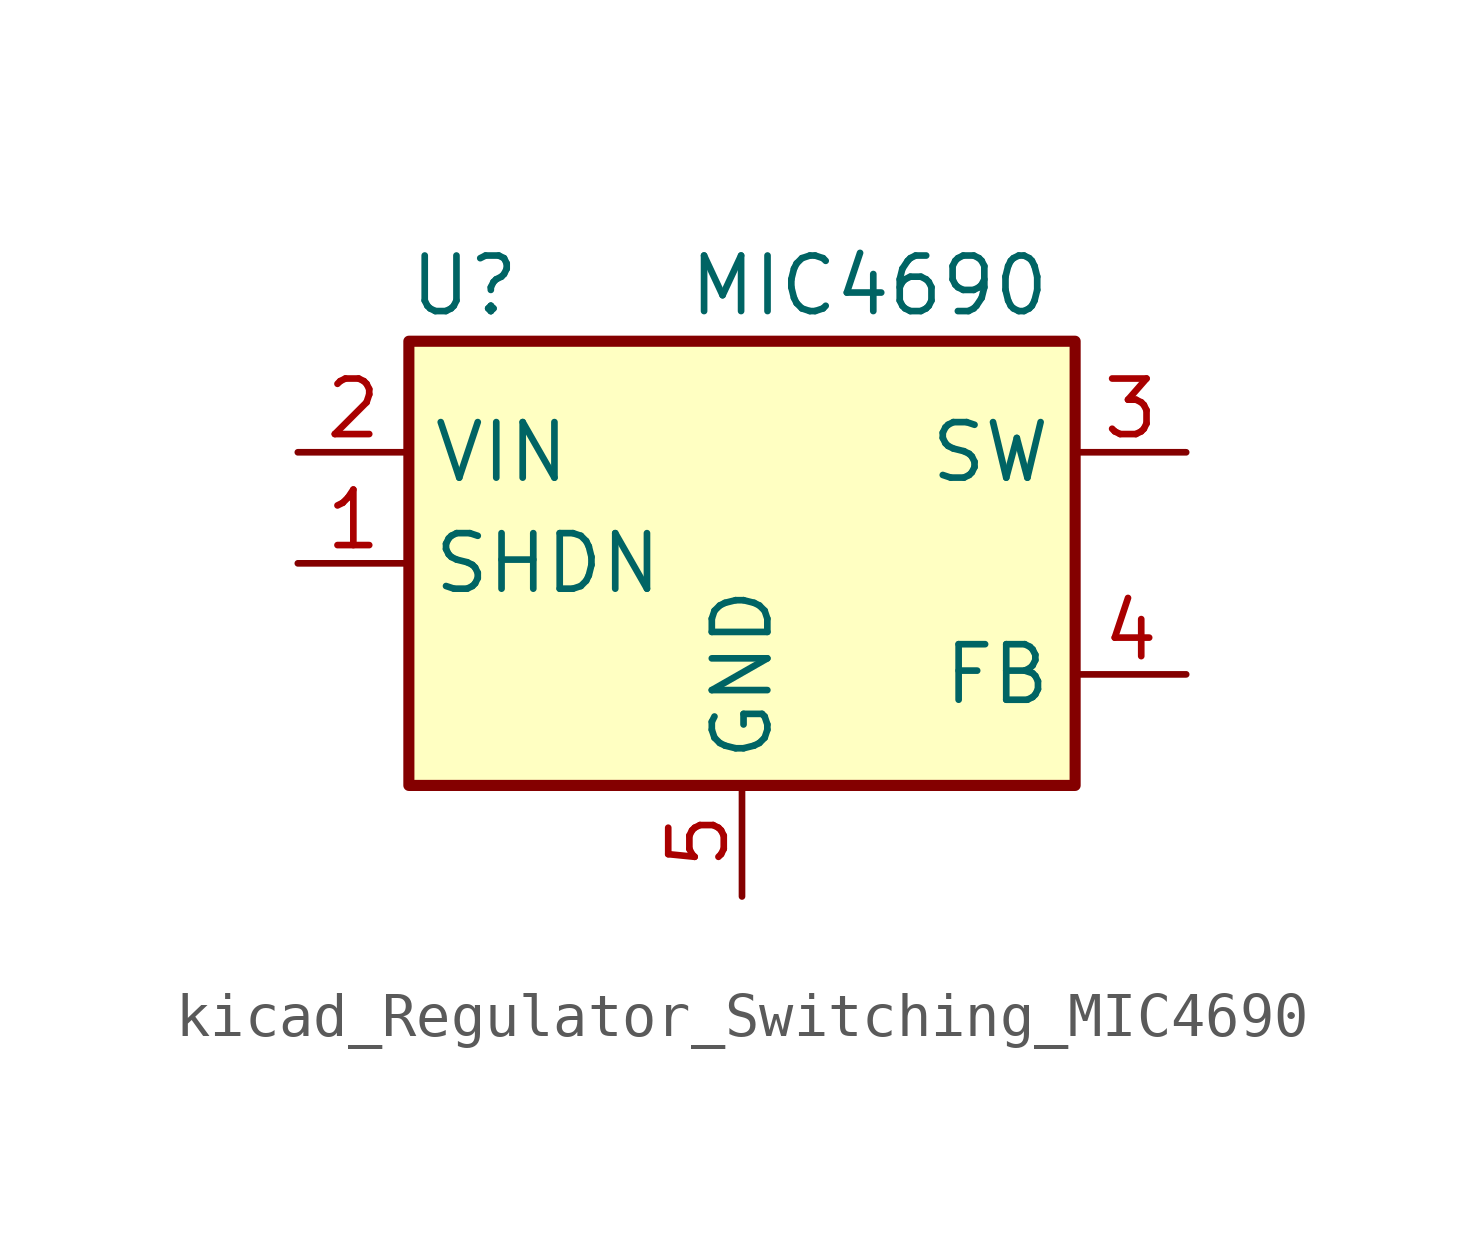
<source format=kicad_sym>
(kicad_symbol_lib
  (version 20220914)
  (generator kicad_symbol_editor)
  (symbol "kicad_Regulator_Switching_MIC4690"
    (property "Reference" "U"
      (at -6.35 6.35 0)
      (effects (font (size 1.27 1.27))))
    (property "Value" "MIC4690"
      (at -1.27 6.35 0)
      (effects (font (size 1.27 1.27)) (justify left)))
    (symbol "kicad_Regulator_Switching_MIC4690_0_1"
      (rectangle (start -7.62 5.08) (end 7.62 -5.08) (stroke (width 0.254) (type default)) (fill (type background))))
    (symbol "kicad_Regulator_Switching_MIC4690_1_1"
      (pin input line (at -10.16 0 0) (length 2.54) (name "SHDN" (effects (font (size 1.27 1.27)))) (number "1" (effects (font (size 1.27 1.27)))))
      (pin power_in line (at -10.16 2.54 0) (length 2.54) (name "VIN" (effects (font (size 1.27 1.27)))) (number "2" (effects (font (size 1.27 1.27)))))
      (pin power_out line (at 10.16 2.54 180) (length 2.54) (name "SW" (effects (font (size 1.27 1.27)))) (number "3" (effects (font (size 1.27 1.27)))))
      (pin input line (at 10.16 -2.54 180) (length 2.54) (name "FB" (effects (font (size 1.27 1.27)))) (number "4" (effects (font (size 1.27 1.27)))))
      (pin power_in line (at 0 -7.62 90) (length 2.54) (name "GND" (effects (font (size 1.27 1.27)))) (number "5" (effects (font (size 1.27 1.27)))))
      (pin passive line (at 0 -7.62 90) (length 2.54) hide (name "GND" (effects (font (size 1.27 1.27)))) (number "6" (effects (font (size 1.27 1.27)))))
      (pin passive line (at 0 -7.62 90) (length 2.54) hide (name "GND" (effects (font (size 1.27 1.27)))) (number "7" (effects (font (size 1.27 1.27)))))
      (pin passive line (at 0 -7.62 90) (length 2.54) hide (name "GND" (effects (font (size 1.27 1.27)))) (number "8" (effects (font (size 1.27 1.27))))))))
</source>
